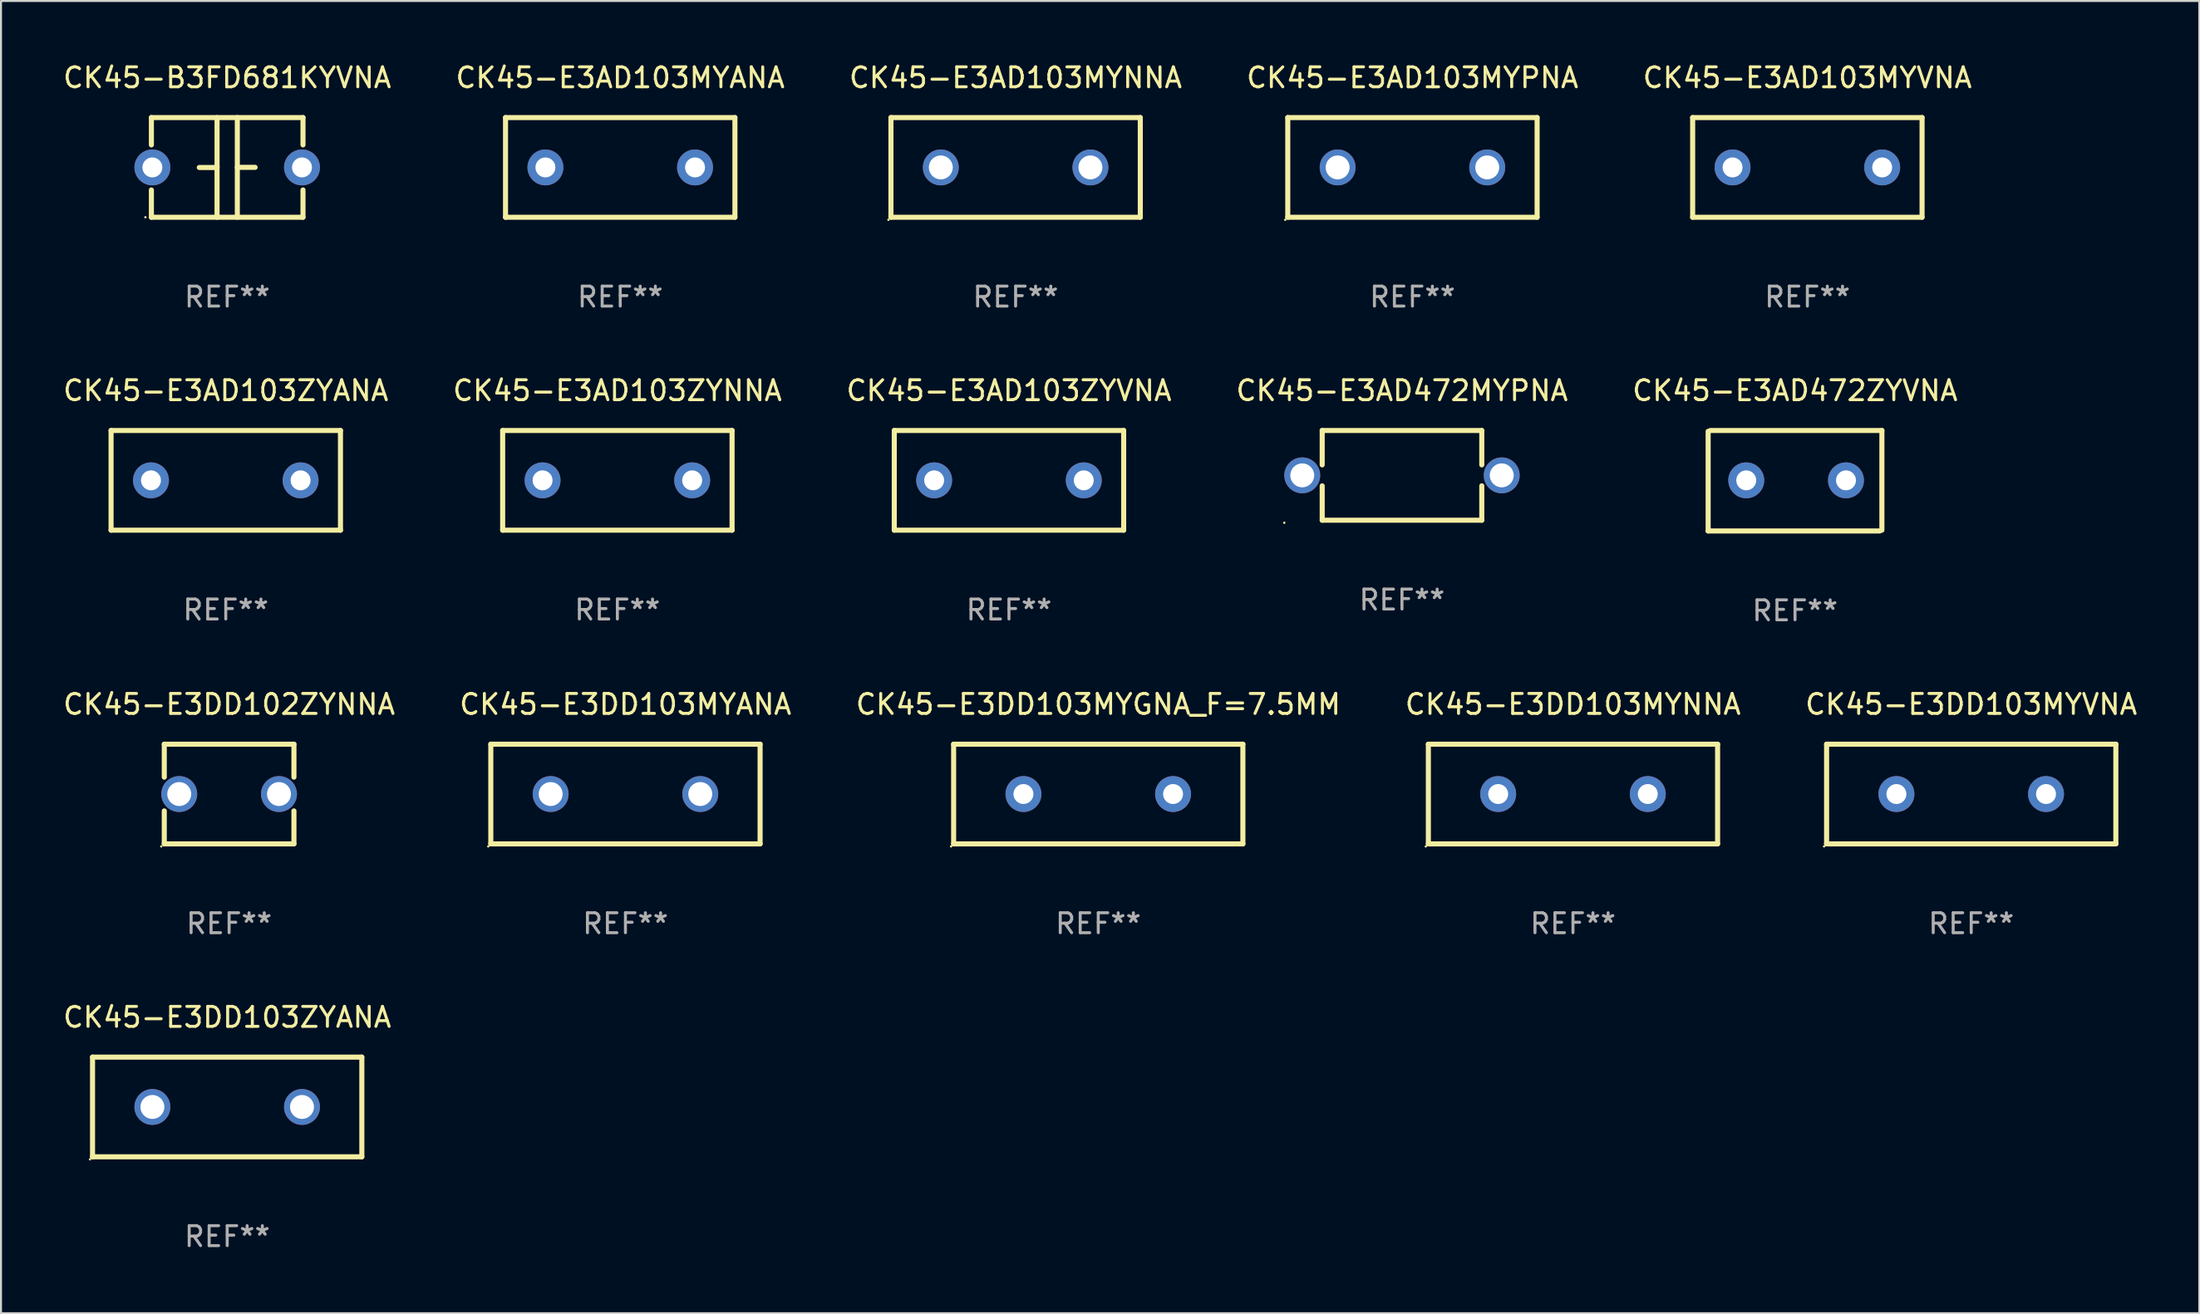
<source format=kicad_pcb>
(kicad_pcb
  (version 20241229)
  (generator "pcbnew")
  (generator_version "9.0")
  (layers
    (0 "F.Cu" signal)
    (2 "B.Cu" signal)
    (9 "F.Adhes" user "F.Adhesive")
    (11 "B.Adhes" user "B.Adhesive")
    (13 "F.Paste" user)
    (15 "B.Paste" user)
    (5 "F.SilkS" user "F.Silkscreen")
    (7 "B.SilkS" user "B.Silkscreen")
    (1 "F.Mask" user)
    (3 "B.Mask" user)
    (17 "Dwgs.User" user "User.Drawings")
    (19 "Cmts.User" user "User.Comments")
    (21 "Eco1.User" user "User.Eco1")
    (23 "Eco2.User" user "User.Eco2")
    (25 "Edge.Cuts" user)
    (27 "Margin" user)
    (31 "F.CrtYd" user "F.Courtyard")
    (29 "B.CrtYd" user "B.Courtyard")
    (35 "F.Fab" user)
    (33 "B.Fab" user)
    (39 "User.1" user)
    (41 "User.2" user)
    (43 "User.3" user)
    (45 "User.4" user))
  (footprint "CK45-B3FD681KYVNA"
    (layer "F.Cu")
    (at 8.339 5.348)
    (property "Reference" "CK45-B3FD681KYVNA" (at 0 -4.5 0) (layer "F.SilkS") (effects (font (size 1 1) (thickness 0.15))))
    (attr through_hole)
    (fp_line (start -3.8 -2.5) (end -3.8 -1.13) (stroke (width 0.254) (type solid)) (layer "F.SilkS"))
    (fp_line (start -3.8 -2.5) (end 3.8 -2.5) (stroke (width 0.254) (type solid)) (layer "F.SilkS"))
    (fp_line (start -3.8 1.13) (end -3.8 2.5) (stroke (width 0.254) (type solid)) (layer "F.SilkS"))
    (fp_line (start -3.8 2.5) (end 3.8 2.5) (stroke (width 0.254) (type solid)) (layer "F.SilkS"))
    (fp_line (start -0.508 0.004) (end -1.4 0.004) (stroke (width 0.254) (type solid)) (layer "F.SilkS"))
    (fp_line (start -0.508 2.5) (end -0.508 -2.5) (stroke (width 0.254) (type solid)) (layer "F.SilkS"))
    (fp_line (start 0.508 -2.5) (end 0.508 2.5) (stroke (width 0.254) (type solid)) (layer "F.SilkS"))
    (fp_line (start 0.508 -0.004) (end 1.4 -0.004) (stroke (width 0.254) (type solid)) (layer "F.SilkS"))
    (fp_line (start 3.8 -2.5) (end 3.8 -1.13) (stroke (width 0.254) (type solid)) (layer "F.SilkS"))
    (fp_line (start 3.8 1.13) (end 3.8 2.5) (stroke (width 0.254) (type solid)) (layer "F.SilkS"))
    (fp_circle (center -4.1 2.5) (end -4.07 2.5) (stroke (width 0.06) (type solid)) (fill no) (layer "F.SilkS"))
    (fp_text user "REF**" (at 0 6.5 0) (layer "F.Fab") (effects (font (size 1 1) (thickness 0.15))))
    (pad "1" thru_hole circle (at -3.75 0) (size 1.8 1.8) (drill 1) (layers "*.Cu" "*.Mask"))
    (pad "2" thru_hole circle (at 3.75 0) (size 1.8 1.8) (drill 1) (layers "*.Cu" "*.Mask")))
  (footprint "CK45-E3AD103ZYNNA"
    (layer "F.Cu")
    (at 27.899 21.045)
    (property "Reference" "CK45-E3AD103ZYNNA" (at 0 -4.5 0) (layer "F.SilkS") (effects (font (size 1 1) (thickness 0.15))))
    (attr through_hole)
    (fp_line (start -5.75 -2.5) (end 5.75 -2.5) (stroke (width 0.254) (type solid)) (layer "F.SilkS"))
    (fp_line (start -5.75 2.5) (end -5.75 -2.5) (stroke (width 0.254) (type solid)) (layer "F.SilkS"))
    (fp_line (start 5.75 -2.5) (end 5.75 2.5) (stroke (width 0.254) (type solid)) (layer "F.SilkS"))
    (fp_line (start 5.75 2.5) (end -5.75 2.5) (stroke (width 0.254) (type solid)) (layer "F.SilkS"))
    (fp_circle (center -5.75 2.5) (end -5.72 2.5) (stroke (width 0.06) (type solid)) (fill no) (layer "F.SilkS"))
    (fp_text user "REF**" (at 0 6.5 0) (layer "F.Fab") (effects (font (size 1 1) (thickness 0.15))))
    (pad "1" thru_hole circle (at -3.75 0) (size 1.8 1.8) (drill 1) (layers "*.Cu" "*.Mask"))
    (pad "2" thru_hole circle (at 3.75 0) (size 1.8 1.8) (drill 1) (layers "*.Cu" "*.Mask")))
  (footprint "CK45-E3AD472ZYVNA"
    (layer "F.Cu")
    (at 86.935 21.065)
    (property "Reference" "CK45-E3AD472ZYVNA" (at 0 -4.52 0) (layer "F.SilkS") (effects (font (size 1 1) (thickness 0.15))))
    (attr through_hole)
    (fp_line (start -4.355 2.52) (end -4.355 -2.48) (stroke (width 0.254) (type solid)) (layer "F.SilkS"))
    (fp_line (start -4.246 -2.52) (end 4.355 -2.52) (stroke (width 0.254) (type solid)) (layer "F.SilkS"))
    (fp_line (start 4.246 2.52) (end -4.355 2.52) (stroke (width 0.254) (type solid)) (layer "F.SilkS"))
    (fp_line (start 4.355 -2.52) (end 4.355 2.48) (stroke (width 0.254) (type solid)) (layer "F.SilkS"))
    (fp_circle (center -4.195 2.48) (end -4.165 2.48) (stroke (width 0.06) (type solid)) (fill no) (layer "F.SilkS"))
    (fp_text user "REF**" (at 0 6.52 0) (layer "F.Fab") (effects (font (size 1 1) (thickness 0.15))))
    (pad "1" thru_hole circle (at -2.445 -0.02) (size 1.8 1.8) (drill 1) (layers "*.Cu" "*.Mask"))
    (pad "2" thru_hole circle (at 2.555 -0.02) (size 1.8 1.8) (drill 1) (layers "*.Cu" "*.Mask")))
  (footprint "CK45-E3AD103MYANA"
    (layer "F.Cu")
    (at 28.042 5.348)
    (property "Reference" "CK45-E3AD103MYANA" (at 0 -4.5 0) (layer "F.SilkS") (effects (font (size 1 1) (thickness 0.15))))
    (attr through_hole)
    (fp_line (start -5.75 -2.5) (end 5.75 -2.5) (stroke (width 0.254) (type solid)) (layer "F.SilkS"))
    (fp_line (start -5.75 2.5) (end -5.75 -2.5) (stroke (width 0.254) (type solid)) (layer "F.SilkS"))
    (fp_line (start 5.75 -2.5) (end 5.75 2.5) (stroke (width 0.254) (type solid)) (layer "F.SilkS"))
    (fp_line (start 5.75 2.5) (end -5.75 2.5) (stroke (width 0.254) (type solid)) (layer "F.SilkS"))
    (fp_circle (center -5.75 2.5) (end -5.72 2.5) (stroke (width 0.06) (type solid)) (fill no) (layer "F.SilkS"))
    (fp_text user "REF**" (at 0 6.5 0) (layer "F.Fab") (effects (font (size 1 1) (thickness 0.15))))
    (pad "1" thru_hole circle (at -3.75 0) (size 1.8 1.8) (drill 1) (layers "*.Cu" "*.Mask"))
    (pad "2" thru_hole circle (at 3.75 0) (size 1.8 1.8) (drill 1) (layers "*.Cu" "*.Mask")))
  (footprint "CK45-E3AD472MYPNA"
    (layer "F.Cu")
    (at 67.232 20.795)
    (property "Reference" "CK45-E3AD472MYPNA" (at 0 -4.25 0) (layer "F.SilkS") (effects (font (size 1 1) (thickness 0.15))))
    (attr through_hole)
    (fp_line (start -4 -2.25) (end -4 -0.526) (stroke (width 0.254) (type solid)) (layer "F.SilkS"))
    (fp_line (start -4 -2.25) (end 4 -2.25) (stroke (width 0.254) (type solid)) (layer "F.SilkS"))
    (fp_line (start -4 0.526) (end -4 2.25) (stroke (width 0.254) (type solid)) (layer "F.SilkS"))
    (fp_line (start 4 -2.25) (end 4 -0.526) (stroke (width 0.254) (type solid)) (layer "F.SilkS"))
    (fp_line (start 4 0.526) (end 4 2.25) (stroke (width 0.254) (type solid)) (layer "F.SilkS"))
    (fp_line (start 4 2.25) (end -4 2.25) (stroke (width 0.254) (type solid)) (layer "F.SilkS"))
    (fp_circle (center -5.9 2.377) (end -5.87 2.377) (stroke (width 0.06) (type solid)) (fill no) (layer "F.SilkS"))
    (fp_text user "REF**" (at 0 6.25 0) (layer "F.Fab") (effects (font (size 1 1) (thickness 0.15))))
    (pad "1" thru_hole circle (at -5 0) (size 1.8 1.8) (drill 1.2) (layers "*.Cu" "*.Mask"))
    (pad "2" thru_hole circle (at 5 0) (size 1.8 1.8) (drill 1.2) (layers "*.Cu" "*.Mask")))
  (footprint "CK45-E3DD103MYVNA"
    (layer "F.Cu")
    (at 95.768 36.781)
    (property "Reference" "CK45-E3DD103MYVNA" (at 0 -4.5 0) (layer "F.SilkS") (effects (font (size 1 1) (thickness 0.15))))
    (attr through_hole)
    (fp_line (start -7.25 -2.5) (end -7.25 2.5) (stroke (width 0.254) (type solid)) (layer "F.SilkS"))
    (fp_line (start -7.25 -2.5) (end 7.25 -2.5) (stroke (width 0.254) (type solid)) (layer "F.SilkS"))
    (fp_line (start 7.25 2.5) (end -7.25 2.5) (stroke (width 0.254) (type solid)) (layer "F.SilkS"))
    (fp_line (start 7.25 -2.5) (end 7.25 2.5) (stroke (width 0.254) (type solid)) (layer "F.SilkS"))
    (fp_circle (center -7.377 2.627) (end -7.347 2.627) (stroke (width 0.06) (type solid)) (fill no) (layer "F.SilkS"))
    (fp_text user "REF**" (at 0 6.5 0) (layer "F.Fab") (effects (font (size 1 1) (thickness 0.15))))
    (pad "1" thru_hole circle (at -3.75 0) (size 1.8 1.8) (drill 1) (layers "*.Cu" "*.Mask"))
    (pad "2" thru_hole circle (at 3.75 0) (size 1.8 1.8) (drill 1) (layers "*.Cu" "*.Mask")))
  (footprint "CK45-E3AD103ZYANA"
    (layer "F.Cu")
    (at 8.268 21.045)
    (property "Reference" "CK45-E3AD103ZYANA" (at 0 -4.5 0) (layer "F.SilkS") (effects (font (size 1 1) (thickness 0.15))))
    (attr through_hole)
    (fp_line (start -5.75 -2.5) (end 5.75 -2.5) (stroke (width 0.254) (type solid)) (layer "F.SilkS"))
    (fp_line (start -5.75 2.5) (end -5.75 -2.5) (stroke (width 0.254) (type solid)) (layer "F.SilkS"))
    (fp_line (start 5.75 -2.5) (end 5.75 2.5) (stroke (width 0.254) (type solid)) (layer "F.SilkS"))
    (fp_line (start 5.75 2.5) (end -5.75 2.5) (stroke (width 0.254) (type solid)) (layer "F.SilkS"))
    (fp_circle (center -5.75 2.5) (end -5.72 2.5) (stroke (width 0.06) (type solid)) (fill no) (layer "F.SilkS"))
    (fp_text user "REF**" (at 0 6.5 0) (layer "F.Fab") (effects (font (size 1 1) (thickness 0.15))))
    (pad "1" thru_hole circle (at -3.75 0) (size 1.8 1.8) (drill 1) (layers "*.Cu" "*.Mask"))
    (pad "2" thru_hole circle (at 3.75 0) (size 1.8 1.8) (drill 1) (layers "*.Cu" "*.Mask")))
  (footprint "CK45-E3AD103MYNNA"
    (layer "F.Cu")
    (at 47.863 5.348)
    (property "Reference" "CK45-E3AD103MYNNA" (at 0 -4.5 0) (layer "F.SilkS") (effects (font (size 1 1) (thickness 0.15))))
    (attr through_hole)
    (fp_line (start -6.25 -2.5) (end 6.25 -2.5) (stroke (width 0.254) (type solid)) (layer "F.SilkS"))
    (fp_line (start -6.25 2.5) (end -6.25 -2.5) (stroke (width 0.254) (type solid)) (layer "F.SilkS"))
    (fp_line (start 6.25 -2.5) (end 6.25 2.5) (stroke (width 0.254) (type solid)) (layer "F.SilkS"))
    (fp_line (start 6.25 2.5) (end -6.25 2.5) (stroke (width 0.254) (type solid)) (layer "F.SilkS"))
    (fp_circle (center -6.377 2.627) (end -6.347 2.627) (stroke (width 0.06) (type solid)) (fill no) (layer "F.SilkS"))
    (fp_text user "REF**" (at 0 6.5 0) (layer "F.Fab") (effects (font (size 1 1) (thickness 0.15))))
    (pad "1" thru_hole circle (at -3.75 0) (size 1.8 1.8) (drill 1.2) (layers "*.Cu" "*.Mask"))
    (pad "2" thru_hole circle (at 3.75 0) (size 1.8 1.8) (drill 1.2) (layers "*.Cu" "*.Mask")))
  (footprint "CK45-E3AD103MYVNA"
    (layer "F.Cu")
    (at 87.554 5.348)
    (property "Reference" "CK45-E3AD103MYVNA" (at 0 -4.5 0) (layer "F.SilkS") (effects (font (size 1 1) (thickness 0.15))))
    (attr through_hole)
    (fp_line (start -5.75 -2.5) (end 5.75 -2.5) (stroke (width 0.254) (type solid)) (layer "F.SilkS"))
    (fp_line (start -5.75 2.5) (end -5.75 -2.5) (stroke (width 0.254) (type solid)) (layer "F.SilkS"))
    (fp_line (start 5.75 -2.5) (end 5.75 2.5) (stroke (width 0.254) (type solid)) (layer "F.SilkS"))
    (fp_line (start 5.75 2.5) (end -5.75 2.5) (stroke (width 0.254) (type solid)) (layer "F.SilkS"))
    (fp_circle (center -5.75 2.5) (end -5.72 2.5) (stroke (width 0.06) (type solid)) (fill no) (layer "F.SilkS"))
    (fp_text user "REF**" (at 0 6.5 0) (layer "F.Fab") (effects (font (size 1 1) (thickness 0.15))))
    (pad "1" thru_hole circle (at -3.75 0) (size 1.8 1.8) (drill 1) (layers "*.Cu" "*.Mask"))
    (pad "2" thru_hole circle (at 3.75 0) (size 1.8 1.8) (drill 1) (layers "*.Cu" "*.Mask")))
  (footprint "CK45-E3DD103MYANA"
    (layer "F.Cu")
    (at 28.304 36.781)
    (property "Reference" "CK45-E3DD103MYANA" (at 0 -4.5 0) (layer "F.SilkS") (effects (font (size 1 1) (thickness 0.15))))
    (attr through_hole)
    (fp_line (start -6.75 -2.5) (end 6.75 -2.5) (stroke (width 0.254) (type solid)) (layer "F.SilkS"))
    (fp_line (start -6.75 2.5) (end -6.75 -2.5) (stroke (width 0.254) (type solid)) (layer "F.SilkS"))
    (fp_line (start 6.75 -2.5) (end 6.75 2.5) (stroke (width 0.254) (type solid)) (layer "F.SilkS"))
    (fp_line (start 6.75 2.5) (end -6.75 2.5) (stroke (width 0.254) (type solid)) (layer "F.SilkS"))
    (fp_circle (center -6.877 2.627) (end -6.847 2.627) (stroke (width 0.06) (type solid)) (fill no) (layer "F.SilkS"))
    (fp_text user "REF**" (at 0 6.5 0) (layer "F.Fab") (effects (font (size 1 1) (thickness 0.15))))
    (pad "1" thru_hole circle (at -3.75 0) (size 1.8 1.8) (drill 1.2) (layers "*.Cu" "*.Mask"))
    (pad "2" thru_hole circle (at 3.75 0) (size 1.8 1.8) (drill 1.2) (layers "*.Cu" "*.Mask")))
  (footprint "CK45-E3DD102ZYNNA"
    (layer "F.Cu")
    (at 8.435 36.781)
    (property "Reference" "CK45-E3DD102ZYNNA" (at 0 -4.5 0) (layer "F.SilkS") (effects (font (size 1 1) (thickness 0.15))))
    (attr through_hole)
    (fp_line (start -3.25 -2.5) (end -3.25 -0.846) (stroke (width 0.254) (type solid)) (layer "F.SilkS"))
    (fp_line (start -3.25 -2.5) (end 3.25 -2.5) (stroke (width 0.254) (type solid)) (layer "F.SilkS"))
    (fp_line (start -3.25 0.846) (end -3.25 2.5) (stroke (width 0.254) (type solid)) (layer "F.SilkS"))
    (fp_line (start 3.25 -2.5) (end 3.25 -0.846) (stroke (width 0.254) (type solid)) (layer "F.SilkS"))
    (fp_line (start 3.25 0.846) (end 3.25 2.5) (stroke (width 0.254) (type solid)) (layer "F.SilkS"))
    (fp_line (start 3.25 2.5) (end -3.25 2.5) (stroke (width 0.254) (type solid)) (layer "F.SilkS"))
    (fp_circle (center -3.4 2.627) (end -3.37 2.627) (stroke (width 0.06) (type solid)) (fill no) (layer "F.SilkS"))
    (fp_text user "REF**" (at 0 6.5 0) (layer "F.Fab") (effects (font (size 1 1) (thickness 0.15))))
    (pad "1" thru_hole circle (at -2.5 0) (size 1.8 1.8) (drill 1.2) (layers "*.Cu" "*.Mask"))
    (pad "2" thru_hole circle (at 2.5 0) (size 1.8 1.8) (drill 1.2) (layers "*.Cu" "*.Mask")))
  (footprint "CK45-E3AD103ZYVNA"
    (layer "F.Cu")
    (at 47.53 21.045)
    (property "Reference" "CK45-E3AD103ZYVNA" (at 0 -4.5 0) (layer "F.SilkS") (effects (font (size 1 1) (thickness 0.15))))
    (attr through_hole)
    (fp_line (start -5.75 -2.5) (end 5.75 -2.5) (stroke (width 0.254) (type solid)) (layer "F.SilkS"))
    (fp_line (start -5.75 2.5) (end -5.75 -2.5) (stroke (width 0.254) (type solid)) (layer "F.SilkS"))
    (fp_line (start 5.75 -2.5) (end 5.75 2.5) (stroke (width 0.254) (type solid)) (layer "F.SilkS"))
    (fp_line (start 5.75 2.5) (end -5.75 2.5) (stroke (width 0.254) (type solid)) (layer "F.SilkS"))
    (fp_circle (center -5.75 2.5) (end -5.72 2.5) (stroke (width 0.06) (type solid)) (fill no) (layer "F.SilkS"))
    (fp_text user "REF**" (at 0 6.5 0) (layer "F.Fab") (effects (font (size 1 1) (thickness 0.15))))
    (pad "1" thru_hole circle (at -3.75 0) (size 1.8 1.8) (drill 1) (layers "*.Cu" "*.Mask"))
    (pad "2" thru_hole circle (at 3.75 0) (size 1.8 1.8) (drill 1) (layers "*.Cu" "*.Mask")))
  (footprint "CK45-E3DD103MYNNA"
    (layer "F.Cu")
    (at 75.804 36.781)
    (property "Reference" "CK45-E3DD103MYNNA" (at 0 -4.5 0) (layer "F.SilkS") (effects (font (size 1 1) (thickness 0.15))))
    (attr through_hole)
    (fp_line (start -7.25 -2.5) (end -7.25 2.5) (stroke (width 0.254) (type solid)) (layer "F.SilkS"))
    (fp_line (start -7.25 -2.5) (end 7.25 -2.5) (stroke (width 0.254) (type solid)) (layer "F.SilkS"))
    (fp_line (start 7.25 2.5) (end -7.25 2.5) (stroke (width 0.254) (type solid)) (layer "F.SilkS"))
    (fp_line (start 7.25 -2.5) (end 7.25 2.5) (stroke (width 0.254) (type solid)) (layer "F.SilkS"))
    (fp_circle (center -7.377 2.627) (end -7.347 2.627) (stroke (width 0.06) (type solid)) (fill no) (layer "F.SilkS"))
    (fp_text user "REF**" (at 0 6.5 0) (layer "F.Fab") (effects (font (size 1 1) (thickness 0.15))))
    (pad "1" thru_hole circle (at -3.75 0) (size 1.8 1.8) (drill 1) (layers "*.Cu" "*.Mask"))
    (pad "2" thru_hole circle (at 3.75 0) (size 1.8 1.8) (drill 1) (layers "*.Cu" "*.Mask")))
  (footprint "CK45-E3AD103MYPNA"
    (layer "F.Cu")
    (at 67.756 5.348)
    (property "Reference" "CK45-E3AD103MYPNA" (at 0 -4.5 0) (layer "F.SilkS") (effects (font (size 1 1) (thickness 0.15))))
    (attr through_hole)
    (fp_line (start -6.25 -2.5) (end 6.25 -2.5) (stroke (width 0.254) (type solid)) (layer "F.SilkS"))
    (fp_line (start -6.25 2.5) (end -6.25 -2.5) (stroke (width 0.254) (type solid)) (layer "F.SilkS"))
    (fp_line (start 6.25 -2.5) (end 6.25 2.5) (stroke (width 0.254) (type solid)) (layer "F.SilkS"))
    (fp_line (start 6.25 2.5) (end -6.25 2.5) (stroke (width 0.254) (type solid)) (layer "F.SilkS"))
    (fp_circle (center -6.377 2.627) (end -6.347 2.627) (stroke (width 0.06) (type solid)) (fill no) (layer "F.SilkS"))
    (fp_text user "REF**" (at 0 6.5 0) (layer "F.Fab") (effects (font (size 1 1) (thickness 0.15))))
    (pad "1" thru_hole circle (at -3.75 0) (size 1.8 1.8) (drill 1.2) (layers "*.Cu" "*.Mask"))
    (pad "2" thru_hole circle (at 3.75 0) (size 1.8 1.8) (drill 1.2) (layers "*.Cu" "*.Mask")))
  (footprint "CK45-E3DD103MYGNA_F=7.5MM"
    (layer "F.Cu")
    (at 52.006 36.781)
    (property "Reference" "CK45-E3DD103MYGNA_F=7.5MM" (at 0 -4.5 0) (layer "F.SilkS") (effects (font (size 1 1) (thickness 0.15))))
    (attr through_hole)
    (fp_line (start -7.25 -2.5) (end -7.25 2.5) (stroke (width 0.254) (type solid)) (layer "F.SilkS"))
    (fp_line (start -7.25 -2.5) (end 7.25 -2.5) (stroke (width 0.254) (type solid)) (layer "F.SilkS"))
    (fp_line (start 7.25 2.5) (end -7.25 2.5) (stroke (width 0.254) (type solid)) (layer "F.SilkS"))
    (fp_line (start 7.25 -2.5) (end 7.25 2.5) (stroke (width 0.254) (type solid)) (layer "F.SilkS"))
    (fp_circle (center -7.377 2.627) (end -7.347 2.627) (stroke (width 0.06) (type solid)) (fill no) (layer "F.SilkS"))
    (fp_text user "REF**" (at 0 6.5 0) (layer "F.Fab") (effects (font (size 1 1) (thickness 0.15))))
    (pad "1" thru_hole circle (at -3.75 0) (size 1.8 1.8) (drill 1) (layers "*.Cu" "*.Mask"))
    (pad "2" thru_hole circle (at 3.75 0) (size 1.8 1.8) (drill 1) (layers "*.Cu" "*.Mask")))
  (footprint "CK45-E3DD103ZYANA"
    (layer "F.Cu")
    (at 8.339 52.478)
    (property "Reference" "CK45-E3DD103ZYANA" (at 0 -4.5 0) (layer "F.SilkS") (effects (font (size 1 1) (thickness 0.15))))
    (attr through_hole)
    (fp_line (start -6.75 -2.5) (end 6.75 -2.5) (stroke (width 0.254) (type solid)) (layer "F.SilkS"))
    (fp_line (start -6.75 2.5) (end -6.75 -2.5) (stroke (width 0.254) (type solid)) (layer "F.SilkS"))
    (fp_line (start 6.75 -2.5) (end 6.75 2.5) (stroke (width 0.254) (type solid)) (layer "F.SilkS"))
    (fp_line (start 6.75 2.5) (end -6.75 2.5) (stroke (width 0.254) (type solid)) (layer "F.SilkS"))
    (fp_circle (center -6.877 2.627) (end -6.847 2.627) (stroke (width 0.06) (type solid)) (fill no) (layer "F.SilkS"))
    (fp_text user "REF**" (at 0 6.5 0) (layer "F.Fab") (effects (font (size 1 1) (thickness 0.15))))
    (pad "1" thru_hole circle (at -3.75 0) (size 1.8 1.8) (drill 1.2) (layers "*.Cu" "*.Mask"))
    (pad "2" thru_hole circle (at 3.75 0) (size 1.8 1.8) (drill 1.2) (layers "*.Cu" "*.Mask")))
  (gr_rect
    (start -3 -3)
    (end 107.202 62.826)
    (stroke (width 0.1) (type default))
    (fill no)
    (layer "Edge.Cuts")))
</source>
